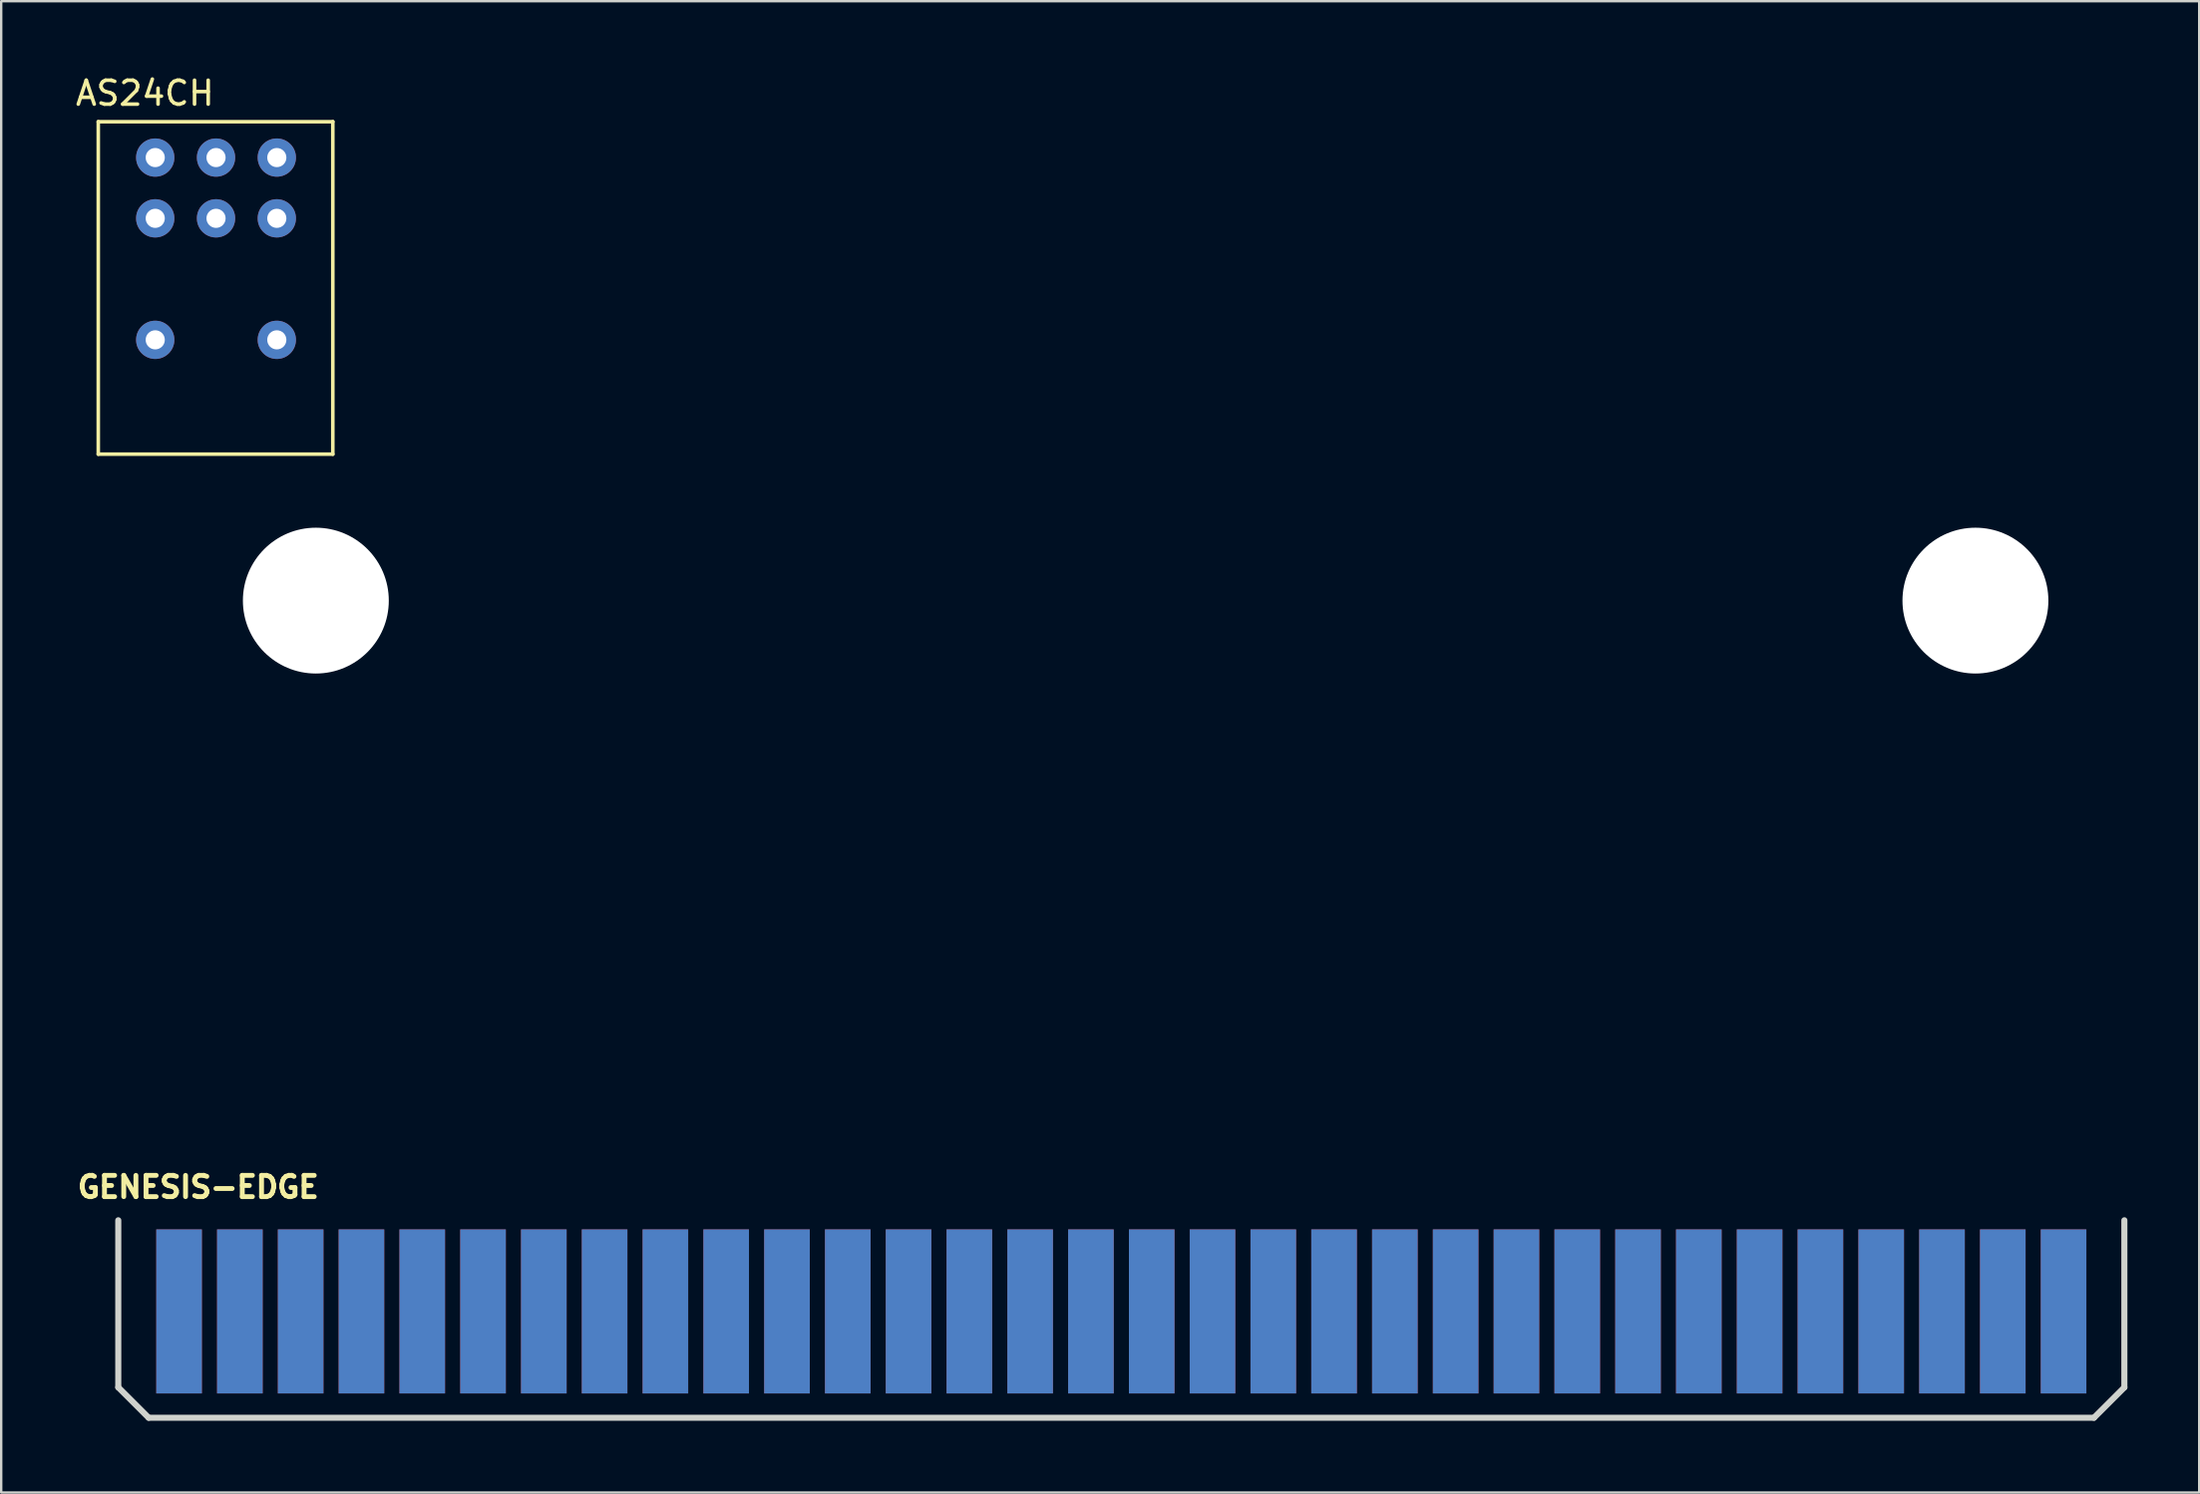
<source format=kicad_pcb>
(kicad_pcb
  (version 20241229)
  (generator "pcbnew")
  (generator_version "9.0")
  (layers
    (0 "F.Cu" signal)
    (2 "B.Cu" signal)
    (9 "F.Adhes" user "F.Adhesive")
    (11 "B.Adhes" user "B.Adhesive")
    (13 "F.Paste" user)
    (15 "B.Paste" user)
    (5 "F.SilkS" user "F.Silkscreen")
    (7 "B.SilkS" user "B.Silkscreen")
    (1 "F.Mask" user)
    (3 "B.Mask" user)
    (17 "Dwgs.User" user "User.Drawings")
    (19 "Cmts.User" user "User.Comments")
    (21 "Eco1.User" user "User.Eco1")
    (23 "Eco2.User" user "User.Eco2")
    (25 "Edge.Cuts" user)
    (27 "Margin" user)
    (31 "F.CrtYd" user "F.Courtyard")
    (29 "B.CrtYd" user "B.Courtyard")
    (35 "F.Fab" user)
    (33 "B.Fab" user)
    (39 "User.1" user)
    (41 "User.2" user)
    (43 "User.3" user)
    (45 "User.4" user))
  (footprint "GENESIS-EDGE"
    (layer "F.Cu")
    (at 4.432 51.779)
    (property "Reference" "GENESIS-EDGE" (at 0.8 -5.2 0) (layer "F.SilkS") (effects (font (size 0.889 0.889) (thickness 0.203))))
    (attr through_hole)
    (fp_poly (pts (xy -2.54 -3.81) (xy 81.28 -3.81) (xy 81.28 3.175) (xy 80.01 4.445) (xy -1.27 4.445) (xy -2.54 3.175)) (stroke (width 0.1) (type solid)) (fill yes) (layer "F.Mask"))
    (fp_poly (pts (xy -2.54 -3.81) (xy 81.28 -3.81) (xy 81.28 3.175) (xy 80.01 4.445) (xy -1.27 4.445) (xy -2.54 3.175)) (stroke (width 0.1) (type solid)) (fill yes) (layer "B.Mask"))
    (fp_line (start -2.54 -3.81) (end -2.54 3.175) (stroke (width 0.254) (type solid)) (layer "Edge.Cuts"))
    (fp_line (start -2.54 3.175) (end -1.27 4.445) (stroke (width 0.254) (type solid)) (layer "Edge.Cuts"))
    (fp_line (start -1.27 4.445) (end 80.01 4.445) (stroke (width 0.254) (type solid)) (layer "Edge.Cuts"))
    (fp_line (start 80.01 4.445) (end 81.28 3.175) (stroke (width 0.254) (type solid)) (layer "Edge.Cuts"))
    (fp_line (start 81.28 3.175) (end 81.28 -3.81) (stroke (width 0.254) (type solid)) (layer "Edge.Cuts"))
    (pad "" np_thru_hole circle (at 5.715 -29.718) (size 6.096 6.096) (drill 6.096) (layers "*.Cu" "*.Mask"))
    (pad "" np_thru_hole circle (at 75.057 -29.718) (size 6.096 6.096) (drill 6.096) (layers "*.Cu" "*.Mask"))
    (pad "a1" smd rect (at 0 0) (size 1.905 6.858) (layers "B.Cu"))
    (pad "a2" smd rect (at 2.54 0) (size 1.905 6.858) (layers "B.Cu"))
    (pad "a3" smd rect (at 5.08 0) (size 1.905 6.858) (layers "B.Cu"))
    (pad "a4" smd rect (at 7.62 0) (size 1.905 6.858) (layers "B.Cu"))
    (pad "a5" smd rect (at 10.16 0) (size 1.905 6.858) (layers "B.Cu"))
    (pad "a6" smd rect (at 12.7 0) (size 1.905 6.858) (layers "B.Cu"))
    (pad "a7" smd rect (at 15.24 0) (size 1.905 6.858) (layers "B.Cu"))
    (pad "a8" smd rect (at 17.78 0) (size 1.905 6.858) (layers "B.Cu"))
    (pad "a9" smd rect (at 20.32 0) (size 1.905 6.858) (layers "B.Cu"))
    (pad "a9" smd rect (at 45.72 0) (size 1.905 6.858) (layers "B.Cu"))
    (pad "a10" smd rect (at 22.86 0) (size 1.905 6.858) (layers "B.Cu"))
    (pad "a11" smd rect (at 25.4 0) (size 1.905 6.858) (layers "B.Cu"))
    (pad "a12" smd rect (at 27.94 0) (size 1.905 6.858) (layers "B.Cu"))
    (pad "a13" smd rect (at 30.48 0) (size 1.905 6.858) (layers "B.Cu"))
    (pad "a14" smd rect (at 33.02 0) (size 1.905 6.858) (layers "B.Cu"))
    (pad "a15" smd rect (at 35.56 0) (size 1.905 6.858) (layers "B.Cu"))
    (pad "a16" smd rect (at 38.1 0) (size 1.905 6.858) (layers "B.Cu"))
    (pad "a17" smd rect (at 40.64 0) (size 1.905 6.858) (layers "B.Cu"))
    (pad "a18" smd rect (at 43.18 0) (size 1.905 6.858) (layers "B.Cu"))
    (pad "a20" smd rect (at 48.26 0) (size 1.905 6.858) (layers "B.Cu"))
    (pad "a21" smd rect (at 50.8 0) (size 1.905 6.858) (layers "B.Cu"))
    (pad "a22" smd rect (at 53.34 0) (size 1.905 6.858) (layers "B.Cu"))
    (pad "a23" smd rect (at 55.88 0) (size 1.905 6.858) (layers "B.Cu"))
    (pad "a24" smd rect (at 58.42 0) (size 1.905 6.858) (layers "B.Cu"))
    (pad "a25" smd rect (at 60.96 0) (size 1.905 6.858) (layers "B.Cu"))
    (pad "a26" smd rect (at 63.5 0) (size 1.905 6.858) (layers "B.Cu"))
    (pad "a27" smd rect (at 66.04 0) (size 1.905 6.858) (layers "B.Cu"))
    (pad "a28" smd rect (at 68.58 0) (size 1.905 6.858) (layers "B.Cu"))
    (pad "a29" smd rect (at 71.12 0) (size 1.905 6.858) (layers "B.Cu"))
    (pad "a30" smd rect (at 73.66 0) (size 1.905 6.858) (layers "B.Cu"))
    (pad "a31" smd rect (at 76.2 0) (size 1.905 6.858) (layers "B.Cu"))
    (pad "a32" smd rect (at 78.74 0) (size 1.905 6.858) (layers "B.Cu"))
    (pad "b1" smd rect (at 0 0) (size 1.905 6.858) (layers "F.Cu"))
    (pad "b2" smd rect (at 2.54 0) (size 1.905 6.858) (layers "F.Cu"))
    (pad "b3" smd rect (at 5.08 0) (size 1.905 6.858) (layers "F.Cu"))
    (pad "b4" smd rect (at 7.62 0) (size 1.905 6.858) (layers "F.Cu"))
    (pad "b5" smd rect (at 10.16 0) (size 1.905 6.858) (layers "F.Cu"))
    (pad "b6" smd rect (at 12.7 0) (size 1.905 6.858) (layers "F.Cu"))
    (pad "b7" smd rect (at 15.24 0) (size 1.905 6.858) (layers "F.Cu"))
    (pad "b8" smd rect (at 17.78 0) (size 1.905 6.858) (layers "F.Cu"))
    (pad "b9" smd rect (at 20.32 0) (size 1.905 6.858) (layers "F.Cu"))
    (pad "b10" smd rect (at 22.86 0) (size 1.905 6.858) (layers "F.Cu"))
    (pad "b11" smd rect (at 25.4 0) (size 1.905 6.858) (layers "F.Cu"))
    (pad "b12" smd rect (at 27.94 0) (size 1.905 6.858) (layers "F.Cu"))
    (pad "b13" smd rect (at 30.48 0) (size 1.905 6.858) (layers "F.Cu"))
    (pad "b14" smd rect (at 33.02 0) (size 1.905 6.858) (layers "F.Cu"))
    (pad "b15" smd rect (at 35.56 0) (size 1.905 6.858) (layers "F.Cu"))
    (pad "b16" smd rect (at 38.1 0) (size 1.905 6.858) (layers "F.Cu"))
    (pad "b17" smd rect (at 40.64 0) (size 1.905 6.858) (layers "F.Cu"))
    (pad "b18" smd rect (at 43.18 0) (size 1.905 6.858) (layers "F.Cu"))
    (pad "b19" smd rect (at 45.72 0) (size 1.905 6.858) (layers "F.Cu"))
    (pad "b20" smd rect (at 48.26 0) (size 1.905 6.858) (layers "F.Cu"))
    (pad "b21" smd rect (at 50.8 0) (size 1.905 6.858) (layers "F.Cu"))
    (pad "b22" smd rect (at 53.34 0) (size 1.905 6.858) (layers "F.Cu"))
    (pad "b23" smd rect (at 55.88 0) (size 1.905 6.858) (layers "F.Cu"))
    (pad "b24" smd rect (at 58.42 0) (size 1.905 6.858) (layers "F.Cu"))
    (pad "b25" smd rect (at 60.96 0) (size 1.905 6.858) (layers "F.Cu"))
    (pad "b26" smd rect (at 63.5 0) (size 1.905 6.858) (layers "F.Cu"))
    (pad "b27" smd rect (at 66.04 0) (size 1.905 6.858) (layers "F.Cu"))
    (pad "b28" smd rect (at 68.58 0) (size 1.905 6.858) (layers "F.Cu"))
    (pad "b29" smd rect (at 71.12 0) (size 1.905 6.858) (layers "F.Cu"))
    (pad "b30" smd rect (at 73.66 0) (size 1.905 6.858) (layers "F.Cu"))
    (pad "b31" smd rect (at 76.2 0) (size 1.905 6.858) (layers "F.Cu"))
    (pad "b32" smd rect (at 78.74 0) (size 1.905 6.858) (layers "F.Cu")))
  (footprint "AS24CH"
    (layer "F.Cu")
    (at 3.436 3.538)
    (property "Reference" "AS24CH" (at -0.43 -2.69 0) (layer "F.SilkS") (effects (font (size 1 1) (thickness 0.15))))
    (attr through_hole)
    (fp_line (start -2.38 -1.5) (end 7.42 -1.5) (stroke (width 0.15) (type solid)) (layer "F.SilkS"))
    (fp_line (start -2.38 12.4) (end -2.38 -1.5) (stroke (width 0.15) (type solid)) (layer "F.SilkS"))
    (fp_line (start -2.38 12.4) (end 7.42 12.4) (stroke (width 0.15) (type solid)) (layer "F.SilkS"))
    (fp_line (start 7.42 12.4) (end 7.42 -1.5) (stroke (width 0.15) (type solid)) (layer "F.SilkS"))
    (pad "1" thru_hole circle (at 0 0) (size 1.6 1.6) (drill 0.8) (layers "*.Cu" "*.Mask"))
    (pad "2" thru_hole circle (at 2.54 0) (size 1.6 1.6) (drill 0.8) (layers "*.Cu" "*.Mask"))
    (pad "3" thru_hole circle (at 5.08 0) (size 1.6 1.6) (drill 0.8) (layers "*.Cu" "*.Mask"))
    (pad "4" thru_hole circle (at 0 2.54) (size 1.6 1.6) (drill 0.8) (layers "*.Cu" "*.Mask"))
    (pad "5" thru_hole circle (at 2.54 2.54) (size 1.6 1.6) (drill 0.8) (layers "*.Cu" "*.Mask"))
    (pad "6" thru_hole circle (at 5.08 2.54) (size 1.6 1.6) (drill 0.8) (layers "*.Cu" "*.Mask"))
    (pad "7" thru_hole circle (at 0 7.62) (size 1.6 1.6) (drill 0.8) (layers "*.Cu" "*.Mask"))
    (pad "8" thru_hole circle (at 5.08 7.62) (size 1.6 1.6) (drill 0.8) (layers "*.Cu" "*.Mask")))
  (gr_rect
    (start -3 -3)
    (end 88.839 59.351)
    (stroke (width 0.1) (type default))
    (fill no)
    (layer "Edge.Cuts")))
</source>
